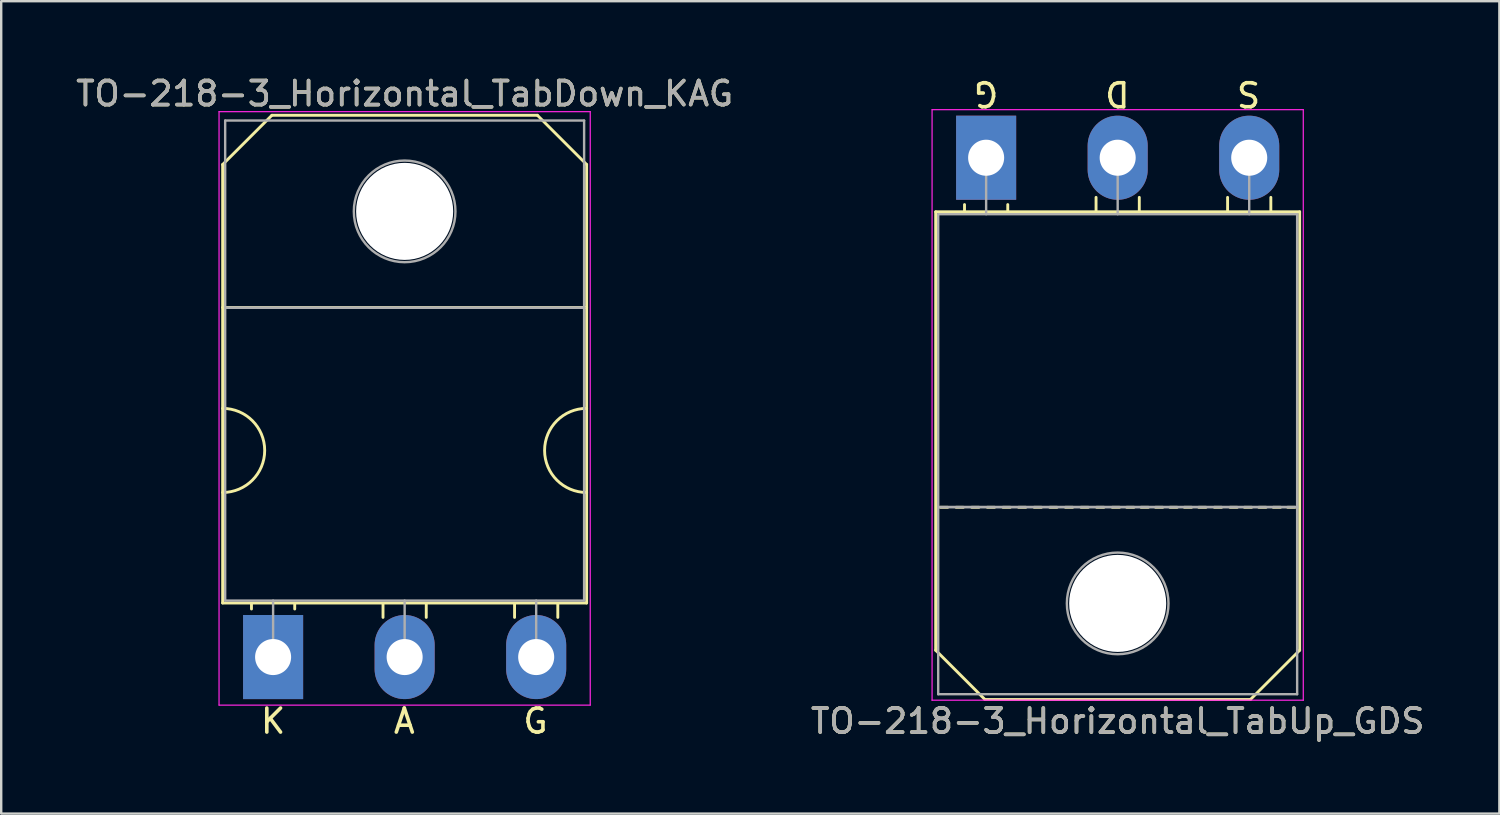
<source format=kicad_pcb>
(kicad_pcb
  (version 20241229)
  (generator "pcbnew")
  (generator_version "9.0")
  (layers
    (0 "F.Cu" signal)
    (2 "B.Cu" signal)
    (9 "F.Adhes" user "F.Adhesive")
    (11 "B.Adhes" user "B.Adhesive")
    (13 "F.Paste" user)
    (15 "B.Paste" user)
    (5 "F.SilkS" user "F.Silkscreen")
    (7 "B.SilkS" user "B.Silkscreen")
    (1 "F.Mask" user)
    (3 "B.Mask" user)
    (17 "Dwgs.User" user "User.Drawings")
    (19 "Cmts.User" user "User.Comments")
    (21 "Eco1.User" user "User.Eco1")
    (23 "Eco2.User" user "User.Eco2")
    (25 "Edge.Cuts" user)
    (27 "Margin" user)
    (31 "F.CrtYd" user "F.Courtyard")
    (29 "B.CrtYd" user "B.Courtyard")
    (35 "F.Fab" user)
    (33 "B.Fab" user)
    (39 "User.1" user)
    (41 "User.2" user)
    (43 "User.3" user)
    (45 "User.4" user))
  (footprint "TO-218-3_Horizontal_TabUp_GDS"
    (layer "F.Cu")
    (at 37.995 3.515)
    (property "Reference" "TO-218-3_Horizontal_TabUp_GDS" (at 5.475 23.45 0) (layer "F.SilkS") (effects (font (size 1 1) (thickness 0.15))))
    (fp_line (start -2.1 2.25) (end 13.05 2.25) (stroke (width 0.12) (type solid)) (layer "F.SilkS"))
    (fp_line (start -2.1 20.5) (end -2.1 2.25) (stroke (width 0.12) (type solid)) (layer "F.SilkS"))
    (fp_line (start -2.1 20.5) (end -0.05 22.55) (stroke (width 0.12) (type solid)) (layer "F.SilkS"))
    (fp_line (start -1.6 14.55) (end -1.9 14.55) (stroke (width 0.12) (type solid)) (layer "F.SilkS"))
    (fp_line (start -0.95 14.55) (end -1.25 14.55) (stroke (width 0.12) (type solid)) (layer "F.SilkS"))
    (fp_line (start -0.9 2.2) (end -0.9 1.95) (stroke (width 0.12) (type solid)) (layer "F.SilkS"))
    (fp_line (start -0.3 14.55) (end -0.6 14.55) (stroke (width 0.12) (type solid)) (layer "F.SilkS"))
    (fp_line (start 0.35 14.55) (end 0.05 14.55) (stroke (width 0.12) (type solid)) (layer "F.SilkS"))
    (fp_line (start 0.9 2.2) (end 0.9 1.95) (stroke (width 0.12) (type solid)) (layer "F.SilkS"))
    (fp_line (start 1 14.55) (end 0.7 14.55) (stroke (width 0.12) (type solid)) (layer "F.SilkS"))
    (fp_line (start 1.65 14.55) (end 1.35 14.55) (stroke (width 0.12) (type solid)) (layer "F.SilkS"))
    (fp_line (start 2.3 14.55) (end 2 14.55) (stroke (width 0.12) (type solid)) (layer "F.SilkS"))
    (fp_line (start 2.95 14.55) (end 2.65 14.55) (stroke (width 0.12) (type solid)) (layer "F.SilkS"))
    (fp_line (start 3.6 14.55) (end 3.3 14.55) (stroke (width 0.12) (type solid)) (layer "F.SilkS"))
    (fp_line (start 4.25 14.55) (end 3.95 14.55) (stroke (width 0.12) (type solid)) (layer "F.SilkS"))
    (fp_line (start 4.575 2.2) (end 4.575 1.65) (stroke (width 0.12) (type solid)) (layer "F.SilkS"))
    (fp_line (start 4.9 14.55) (end 4.6 14.55) (stroke (width 0.12) (type solid)) (layer "F.SilkS"))
    (fp_line (start 5.55 14.55) (end 5.25 14.55) (stroke (width 0.12) (type solid)) (layer "F.SilkS"))
    (fp_line (start 6.15 14.55) (end 5.85 14.55) (stroke (width 0.12) (type solid)) (layer "F.SilkS"))
    (fp_line (start 6.375 2.2) (end 6.375 1.65) (stroke (width 0.12) (type solid)) (layer "F.SilkS"))
    (fp_line (start 6.75 14.55) (end 6.45 14.55) (stroke (width 0.12) (type solid)) (layer "F.SilkS"))
    (fp_line (start 7.35 14.55) (end 7.05 14.55) (stroke (width 0.12) (type solid)) (layer "F.SilkS"))
    (fp_line (start 7.95 14.55) (end 7.65 14.55) (stroke (width 0.12) (type solid)) (layer "F.SilkS"))
    (fp_line (start 8.55 14.55) (end 8.25 14.55) (stroke (width 0.12) (type solid)) (layer "F.SilkS"))
    (fp_line (start 9.15 14.55) (end 8.85 14.55) (stroke (width 0.12) (type solid)) (layer "F.SilkS"))
    (fp_line (start 9.8 14.55) (end 9.5 14.55) (stroke (width 0.12) (type solid)) (layer "F.SilkS"))
    (fp_line (start 10.05 2.2) (end 10.05 1.65) (stroke (width 0.12) (type solid)) (layer "F.SilkS"))
    (fp_line (start 10.45 14.55) (end 10.15 14.55) (stroke (width 0.12) (type solid)) (layer "F.SilkS"))
    (fp_line (start 11 22.55) (end -0.05 22.55) (stroke (width 0.12) (type solid)) (layer "F.SilkS"))
    (fp_line (start 11.05 14.55) (end 10.75 14.55) (stroke (width 0.12) (type solid)) (layer "F.SilkS"))
    (fp_line (start 11.65 14.55) (end 11.35 14.55) (stroke (width 0.12) (type solid)) (layer "F.SilkS"))
    (fp_line (start 11.85 2.2) (end 11.85 1.65) (stroke (width 0.12) (type solid)) (layer "F.SilkS"))
    (fp_line (start 12.25 14.55) (end 11.95 14.55) (stroke (width 0.12) (type solid)) (layer "F.SilkS"))
    (fp_line (start 12.85 14.55) (end 12.55 14.55) (stroke (width 0.12) (type solid)) (layer "F.SilkS"))
    (fp_line (start 13.05 2.25) (end 13.05 20.5) (stroke (width 0.12) (type solid)) (layer "F.SilkS"))
    (fp_line (start 13.05 20.5) (end 11 22.55) (stroke (width 0.12) (type solid)) (layer "F.SilkS"))
    (fp_line (start -2.25 -2) (end -2.25 22.58) (stroke (width 0.05) (type solid)) (layer "F.CrtYd"))
    (fp_line (start -2.25 22.58) (end 13.2 22.58) (stroke (width 0.05) (type solid)) (layer "F.CrtYd"))
    (fp_line (start 13.2 -2) (end -2.25 -2) (stroke (width 0.05) (type solid)) (layer "F.CrtYd"))
    (fp_line (start 13.2 22.58) (end 13.2 -2) (stroke (width 0.05) (type solid)) (layer "F.CrtYd"))
    (fp_line (start -1.995 2.35) (end -1.995 14.54) (stroke (width 0.1) (type solid)) (layer "F.Fab"))
    (fp_line (start -1.995 14.54) (end -1.995 22.33) (stroke (width 0.1) (type solid)) (layer "F.Fab"))
    (fp_line (start -1.995 14.54) (end 12.945 14.54) (stroke (width 0.1) (type solid)) (layer "F.Fab"))
    (fp_line (start -1.995 22.33) (end 12.945 22.33) (stroke (width 0.1) (type solid)) (layer "F.Fab"))
    (fp_line (start 0 2.35) (end 0 0) (stroke (width 0.1) (type solid)) (layer "F.Fab"))
    (fp_line (start 5.475 2.35) (end 5.475 0) (stroke (width 0.1) (type solid)) (layer "F.Fab"))
    (fp_line (start 10.95 2.35) (end 10.95 0) (stroke (width 0.1) (type solid)) (layer "F.Fab"))
    (fp_line (start 12.945 2.35) (end -1.995 2.35) (stroke (width 0.1) (type solid)) (layer "F.Fab"))
    (fp_line (start 12.945 14.54) (end -1.995 14.54) (stroke (width 0.1) (type solid)) (layer "F.Fab"))
    (fp_line (start 12.945 14.54) (end 12.945 2.35) (stroke (width 0.1) (type solid)) (layer "F.Fab"))
    (fp_line (start 12.945 22.33) (end 12.945 14.54) (stroke (width 0.1) (type solid)) (layer "F.Fab"))
    (fp_circle (center 5.475 18.55) (end 7.59 18.55) (stroke (width 0.1) (type solid)) (fill no) (layer "F.Fab"))
    (fp_text user "S" (at 10.922 -2.667 180) (unlocked yes) (layer "F.SilkS") (effects (font (size 1 1) (thickness 0.15))))
    (fp_text user "D" (at 5.461 -2.667 180) (unlocked yes) (layer "F.SilkS") (effects (font (size 1 1) (thickness 0.15))))
    (fp_text user "G" (at 0 -2.667 180) (unlocked yes) (layer "F.SilkS") (effects (font (size 1 1) (thickness 0.15))))
    (fp_text user "${REFERENCE}" (at 5.475 23.45 0) (layer "F.Fab") (effects (font (size 1 1) (thickness 0.15))))
    (pad "" np_thru_hole oval (at 5.475 18.55) (size 4.04 4.04) (drill 4.04) (layers "*.Cu" "*.Mask"))
    (pad "1" thru_hole rect (at 0 0) (size 2.5 3.5) (drill 1.5) (layers "*.Cu" "*.Mask"))
    (pad "2" thru_hole oval (at 5.475 0) (size 2.5 3.5) (drill 1.5) (layers "*.Cu" "*.Mask"))
    (pad "3" thru_hole oval (at 10.95 0) (size 2.5 3.5) (drill 1.5) (layers "*.Cu" "*.Mask")))
  (footprint "TO-218-3_Horizontal_TabDown_KAG"
    (layer "F.Cu")
    (at 8.317 24.298)
    (property "Reference" "TO-218-3_Horizontal_TabDown_KAG" (at 5.475 -23.45 0) (layer "F.SilkS") (effects (font (size 1 1) (thickness 0.15))))
    (fp_line (start -2.1 -20.5) (end -0.05 -22.55) (stroke (width 0.12) (type solid)) (layer "F.SilkS"))
    (fp_line (start -2.1 -14.55) (end 13.05 -14.55) (stroke (width 0.12) (type solid)) (layer "F.SilkS"))
    (fp_line (start -2.1 -2.25) (end -2.1 -20.5) (stroke (width 0.12) (type solid)) (layer "F.SilkS"))
    (fp_line (start -0.9 -2.2) (end -0.9 -2) (stroke (width 0.12) (type solid)) (layer "F.SilkS"))
    (fp_line (start -0.05 -22.55) (end 11 -22.55) (stroke (width 0.12) (type solid)) (layer "F.SilkS"))
    (fp_line (start 0.9 -2.2) (end 0.9 -2) (stroke (width 0.12) (type solid)) (layer "F.SilkS"))
    (fp_line (start 4.575 -2.2) (end 4.575 -1.65) (stroke (width 0.12) (type solid)) (layer "F.SilkS"))
    (fp_line (start 6.375 -2.2) (end 6.375 -1.65) (stroke (width 0.12) (type solid)) (layer "F.SilkS"))
    (fp_line (start 10.05 -2.2) (end 10.05 -1.65) (stroke (width 0.12) (type solid)) (layer "F.SilkS"))
    (fp_line (start 11.85 -2.2) (end 11.85 -1.65) (stroke (width 0.12) (type solid)) (layer "F.SilkS"))
    (fp_line (start 13.05 -20.5) (end 11 -22.55) (stroke (width 0.12) (type solid)) (layer "F.SilkS"))
    (fp_line (start 13.05 -20.5) (end 13.05 -2.25) (stroke (width 0.12) (type solid)) (layer "F.SilkS"))
    (fp_line (start 13.05 -2.25) (end -2.1 -2.25) (stroke (width 0.12) (type solid)) (layer "F.SilkS"))
    (fp_arc (start -2.1 -10.35) (mid -0.35 -8.6) (end -2.1 -6.85) (stroke (width 0.12) (type solid)) (layer "F.SilkS"))
    (fp_arc (start 13.05 -6.85) (mid 11.3 -8.6) (end 13.05 -10.35) (stroke (width 0.12) (type solid)) (layer "F.SilkS"))
    (fp_line (start -2.25 -22.7) (end -2.25 2) (stroke (width 0.05) (type solid)) (layer "F.CrtYd"))
    (fp_line (start -2.25 2) (end 13.2 2) (stroke (width 0.05) (type solid)) (layer "F.CrtYd"))
    (fp_line (start 13.2 -22.7) (end -2.25 -22.7) (stroke (width 0.05) (type solid)) (layer "F.CrtYd"))
    (fp_line (start 13.2 2) (end 13.2 -22.7) (stroke (width 0.05) (type solid)) (layer "F.CrtYd"))
    (fp_line (start -1.995 -22.33) (end 12.945 -22.33) (stroke (width 0.1) (type solid)) (layer "F.Fab"))
    (fp_line (start -1.995 -14.54) (end -1.995 -22.33) (stroke (width 0.1) (type solid)) (layer "F.Fab"))
    (fp_line (start -1.995 -14.54) (end 12.945 -14.54) (stroke (width 0.1) (type solid)) (layer "F.Fab"))
    (fp_line (start -1.995 -2.35) (end -1.995 -14.54) (stroke (width 0.1) (type solid)) (layer "F.Fab"))
    (fp_line (start 0 -2.35) (end 0 0) (stroke (width 0.1) (type solid)) (layer "F.Fab"))
    (fp_line (start 5.475 -2.35) (end 5.475 0) (stroke (width 0.1) (type solid)) (layer "F.Fab"))
    (fp_line (start 10.95 -2.35) (end 10.95 0) (stroke (width 0.1) (type solid)) (layer "F.Fab"))
    (fp_line (start 12.945 -22.33) (end 12.945 -14.54) (stroke (width 0.1) (type solid)) (layer "F.Fab"))
    (fp_line (start 12.945 -14.54) (end -1.995 -14.54) (stroke (width 0.1) (type solid)) (layer "F.Fab"))
    (fp_line (start 12.945 -14.54) (end 12.945 -2.35) (stroke (width 0.1) (type solid)) (layer "F.Fab"))
    (fp_line (start 12.945 -2.35) (end -1.995 -2.35) (stroke (width 0.1) (type solid)) (layer "F.Fab"))
    (fp_circle (center 5.475 -18.55) (end 7.59 -18.55) (stroke (width 0.1) (type solid)) (fill no) (layer "F.Fab"))
    (fp_text user "K" (at 0 2.667 0) (unlocked yes) (layer "F.SilkS") (effects (font (size 1 1) (thickness 0.15))))
    (fp_text user "G" (at 10.922 2.667 0) (unlocked yes) (layer "F.SilkS") (effects (font (size 1 1) (thickness 0.15))))
    (fp_text user "A" (at 5.461 2.667 0) (unlocked yes) (layer "F.SilkS") (effects (font (size 1 1) (thickness 0.15))))
    (fp_text user "${REFERENCE}" (at 5.475 -23.45 0) (layer "F.Fab") (effects (font (size 1 1) (thickness 0.15))))
    (pad "" np_thru_hole oval (at 5.475 -18.55) (size 4.04 4.04) (drill 4.04) (layers "*.Cu" "*.Mask"))
    (pad "1" thru_hole rect (at 0 0) (size 2.5 3.5) (drill 1.5) (layers "*.Cu" "*.Mask"))
    (pad "2" thru_hole oval (at 5.475 0) (size 2.5 3.5) (drill 1.5) (layers "*.Cu" "*.Mask"))
    (pad "3" thru_hole oval (at 10.95 0) (size 2.5 3.5) (drill 1.5) (layers "*.Cu" "*.Mask")))
  (gr_rect
    (start -3 -3)
    (end 59.357 30.814)
    (stroke (width 0.1) (type default))
    (fill no)
    (layer "Edge.Cuts")))
</source>
